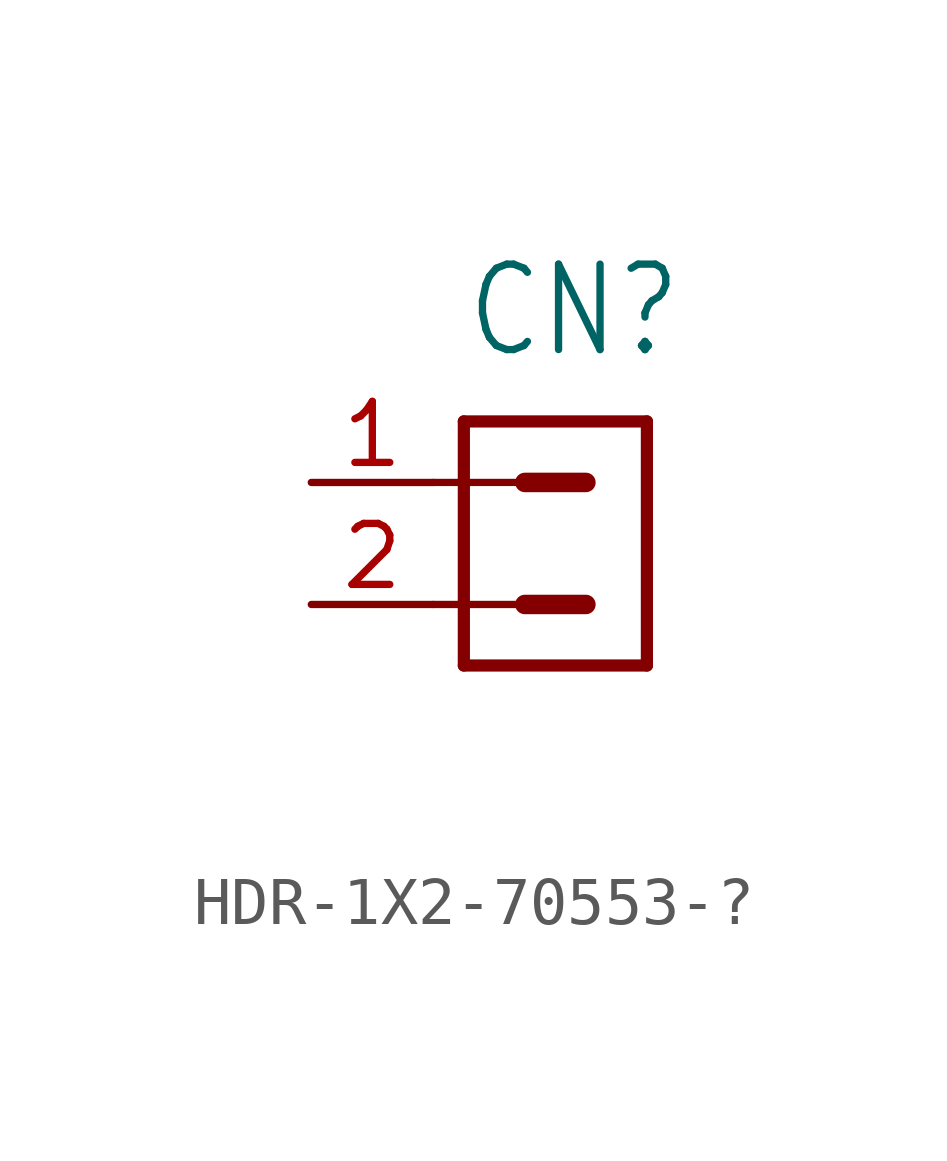
<source format=kicad_sym>
(kicad_symbol_lib
  (version 20220914)
  (generator kicad_symbol_editor)
  (symbol "HDR-1X2-70553-?"
    (property "Reference" "CN"
      (at -1.905 2.54 0)
      (effects (font (size 1.778 1.511)) (justify left bottom)))
    (property "Value" ""
      (at -1.905 -6.668 0)
      (effects (font (size 1.778 1.511)) (justify left bottom)))
    (property "ki_locked" ""
      (at 0 0 0)
      (effects (font (size 1.27 1.27))))
    (symbol "HDR-1X2-70553-?_1_0"
      (polyline (pts (xy -2.54 -2.54) (xy -0.635 -2.54)) (stroke (width 0.152) (type solid)) (fill (type none)))
      (polyline (pts (xy -2.54 0) (xy -0.635 0)) (stroke (width 0.152) (type solid)) (fill (type none)))
      (polyline (pts (xy -1.905 -3.81) (xy -1.905 1.27)) (stroke (width 0.254) (type solid)) (fill (type none)))
      (polyline (pts (xy -1.905 -3.81) (xy 1.905 -3.81)) (stroke (width 0.254) (type solid)) (fill (type none)))
      (polyline (pts (xy -0.635 -2.54) (xy 0.635 -2.54)) (stroke (width 0.406) (type solid)) (fill (type none)))
      (polyline (pts (xy -0.635 0) (xy 0.635 0)) (stroke (width 0.406) (type solid)) (fill (type none)))
      (polyline (pts (xy 1.905 1.27) (xy -1.905 1.27)) (stroke (width 0.254) (type solid)) (fill (type none)))
      (polyline (pts (xy 1.905 1.27) (xy 1.905 -3.81)) (stroke (width 0.254) (type solid)) (fill (type none)))
      (pin passive line (at -5.08 0 0) (length 2.54) (name "1" (effects (font (size 0 0)))) (number "1" (effects (font (size 1.27 1.27)))))
      (pin passive line (at -5.08 -2.54 0) (length 2.54) (name "2" (effects (font (size 0 0)))) (number "2" (effects (font (size 1.27 1.27))))))))
</source>
